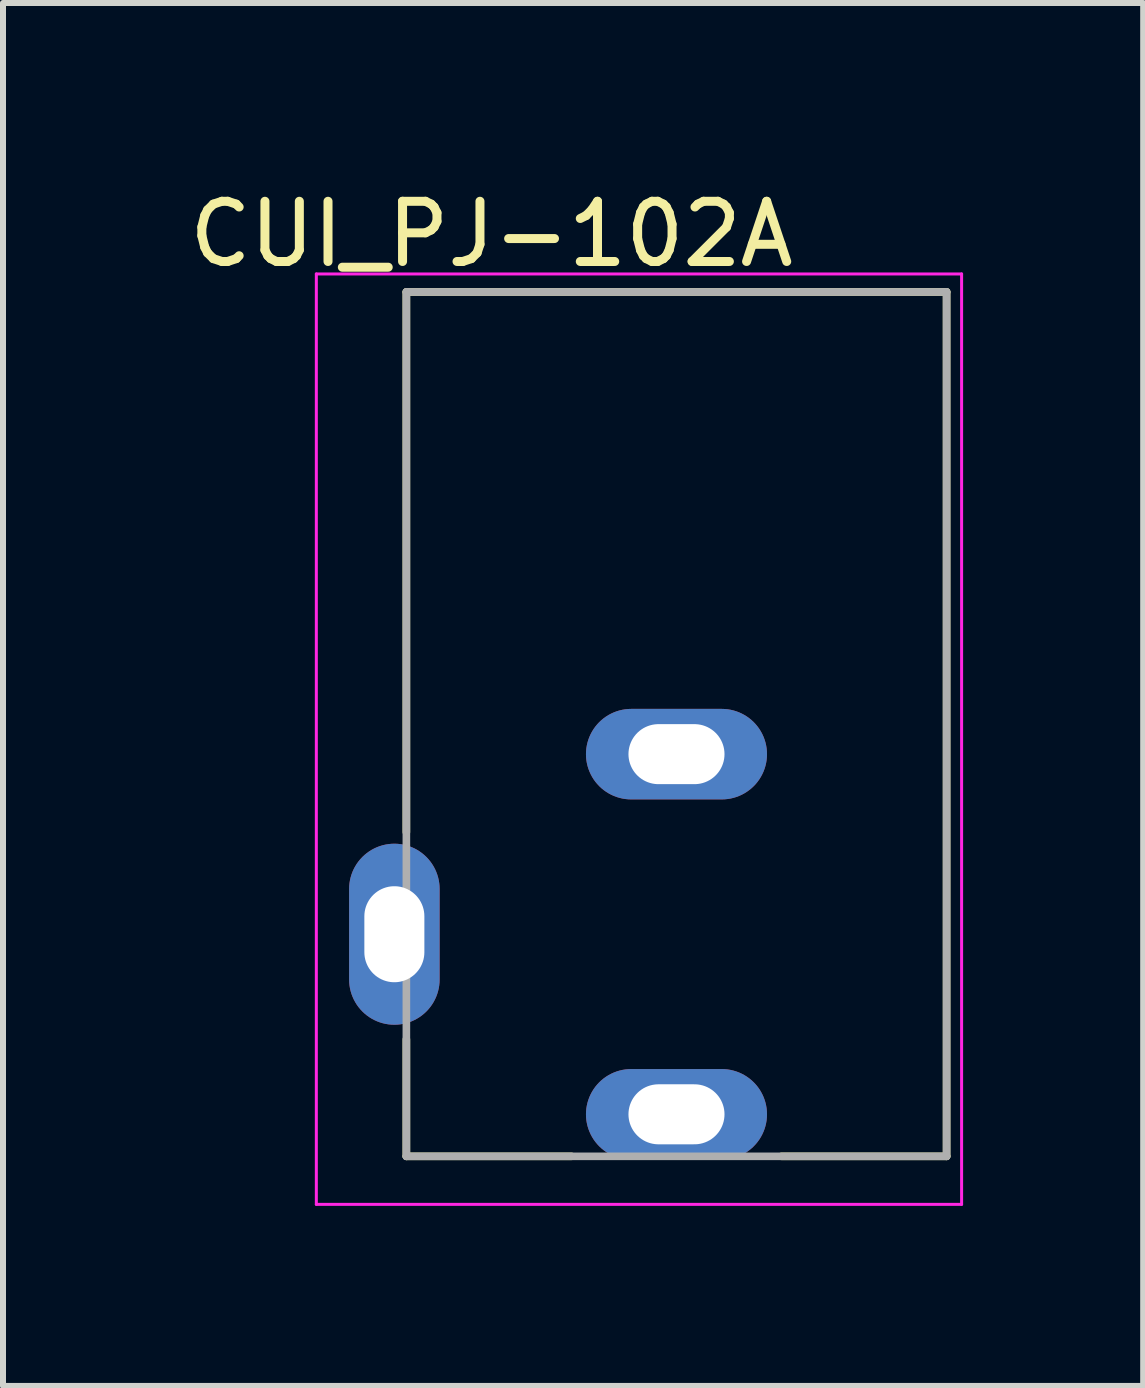
<source format=kicad_pcb>
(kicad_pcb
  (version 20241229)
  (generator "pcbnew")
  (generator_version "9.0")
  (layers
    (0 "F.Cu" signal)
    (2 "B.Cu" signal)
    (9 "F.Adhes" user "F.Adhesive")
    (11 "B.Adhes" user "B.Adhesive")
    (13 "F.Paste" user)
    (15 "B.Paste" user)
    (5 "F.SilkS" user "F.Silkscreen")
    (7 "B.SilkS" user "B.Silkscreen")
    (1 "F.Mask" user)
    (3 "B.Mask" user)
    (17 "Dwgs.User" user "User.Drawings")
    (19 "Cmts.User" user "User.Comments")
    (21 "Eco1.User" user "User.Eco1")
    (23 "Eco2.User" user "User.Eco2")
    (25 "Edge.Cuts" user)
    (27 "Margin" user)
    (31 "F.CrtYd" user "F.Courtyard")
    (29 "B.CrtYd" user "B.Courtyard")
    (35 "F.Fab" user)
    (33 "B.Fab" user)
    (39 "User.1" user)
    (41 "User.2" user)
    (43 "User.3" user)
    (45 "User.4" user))
  (footprint "CUI_PJ-102A"
    (layer "F.Cu")
    (at 8.22 12.514)
    (property "Reference" "CUI_PJ-102A" (at -3.083 -11.664 0) (layer "F.SilkS") (effects (font (size 1.003 1.003) (thickness 0.15))))
    (attr through_hole)
    (fp_line (start -4.5 -10.7) (end -4.5 -1.7) (stroke (width 0.127) (type solid)) (layer "F.SilkS"))
    (fp_line (start -4.5 -10.7) (end 4.5 -10.7) (stroke (width 0.127) (type solid)) (layer "F.SilkS"))
    (fp_line (start -4.5 1.75) (end -4.5 3.7) (stroke (width 0.127) (type solid)) (layer "F.SilkS"))
    (fp_line (start -4.5 3.7) (end -1.75 3.7) (stroke (width 0.127) (type solid)) (layer "F.SilkS"))
    (fp_line (start 4.5 -10.7) (end 4.5 3.7) (stroke (width 0.127) (type solid)) (layer "F.SilkS"))
    (fp_line (start 4.5 3.7) (end 1.75 3.7) (stroke (width 0.127) (type solid)) (layer "F.SilkS"))
    (fp_line (start -6 -11) (end -6 4.5) (stroke (width 0.05) (type solid)) (layer "F.CrtYd"))
    (fp_line (start -6 4.5) (end 4.75 4.5) (stroke (width 0.05) (type solid)) (layer "F.CrtYd"))
    (fp_line (start 4.75 -11) (end -6 -11) (stroke (width 0.05) (type solid)) (layer "F.CrtYd"))
    (fp_line (start 4.75 4.5) (end 4.75 -11) (stroke (width 0.05) (type solid)) (layer "F.CrtYd"))
    (fp_line (start -4.5 -10.7) (end 4.5 -10.7) (stroke (width 0.127) (type solid)) (layer "F.Fab"))
    (fp_line (start -4.5 3.7) (end -4.5 -10.7) (stroke (width 0.127) (type solid)) (layer "F.Fab"))
    (fp_line (start -4.5 3.7) (end 4.5 3.7) (stroke (width 0.127) (type solid)) (layer "F.Fab"))
    (fp_line (start 4.5 3.7) (end 4.5 -10.7) (stroke (width 0.127) (type solid)) (layer "F.Fab"))
    (pad "1" thru_hole oval (at 0 3) (size 3.016 1.508) (drill oval 1.6 1) (layers "*.Cu" "*.Mask"))
    (pad "2" thru_hole oval (at 0 -3) (size 3.016 1.508) (drill oval 1.6 1) (layers "*.Cu" "*.Mask"))
    (pad "3" thru_hole oval (at -4.7 0) (size 1.508 3.016) (drill oval 1 1.6) (layers "*.Cu" "*.Mask")))
  (gr_rect
    (start -3 -3)
    (end 15.995 20.039)
    (stroke (width 0.1) (type default))
    (fill no)
    (layer "Edge.Cuts")))
</source>
